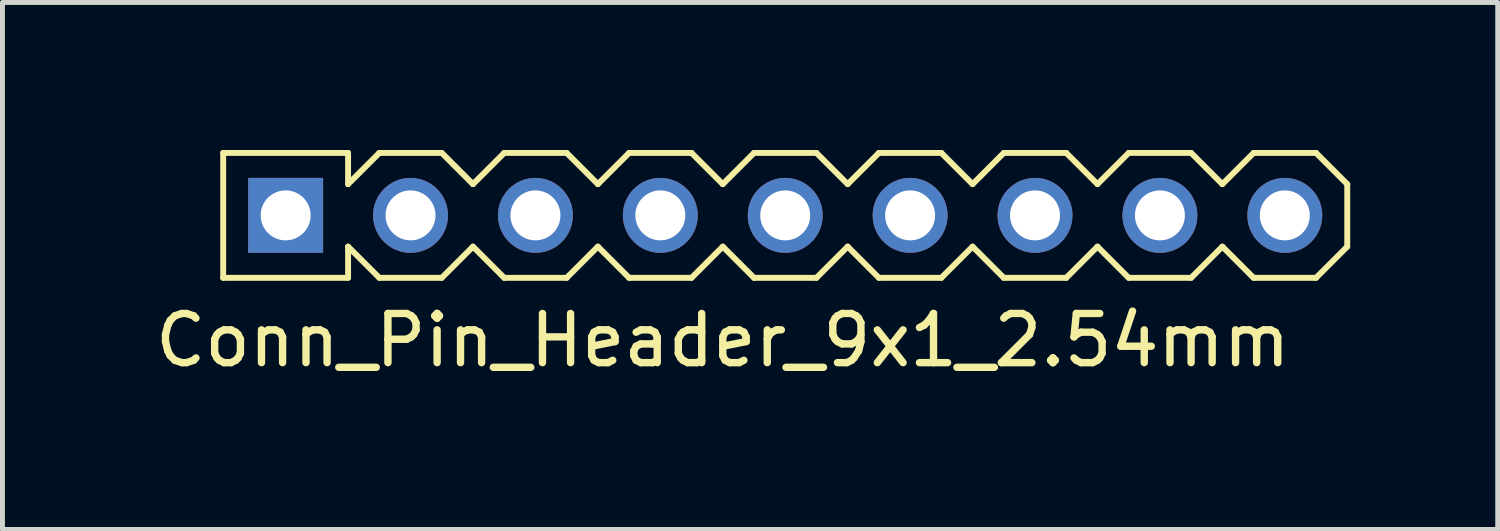
<source format=kicad_pcb>
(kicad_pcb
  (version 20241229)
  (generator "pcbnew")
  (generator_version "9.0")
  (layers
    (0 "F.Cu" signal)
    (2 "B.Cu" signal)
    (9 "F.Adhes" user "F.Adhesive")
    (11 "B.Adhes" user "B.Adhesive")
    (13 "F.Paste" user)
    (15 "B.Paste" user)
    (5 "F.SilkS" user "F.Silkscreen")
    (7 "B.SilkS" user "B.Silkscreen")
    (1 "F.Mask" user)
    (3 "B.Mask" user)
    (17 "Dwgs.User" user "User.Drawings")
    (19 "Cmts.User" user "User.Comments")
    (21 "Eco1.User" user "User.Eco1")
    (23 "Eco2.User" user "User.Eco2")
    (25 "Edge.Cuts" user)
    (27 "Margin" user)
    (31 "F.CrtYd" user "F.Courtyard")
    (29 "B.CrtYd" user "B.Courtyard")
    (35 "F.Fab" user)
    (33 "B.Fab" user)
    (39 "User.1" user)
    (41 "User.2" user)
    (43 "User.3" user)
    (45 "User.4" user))
  (footprint "Conn_Pin_Header_9x1_2.54mm"
    (layer "F.Cu")
    (at 11.649 1.33)
    (property "Reference" "Conn_Pin_Header_9x1_2.54mm" (at 0 2.54 0) (layer "F.SilkS") (effects (font (size 1 1) (thickness 0.15))))
    (attr through_hole)
    (fp_line (start -10.16 -1.27) (end -7.62 -1.27) (stroke (width 0.12) (type solid)) (layer "F.SilkS"))
    (fp_line (start -10.16 1.27) (end -10.16 -1.27) (stroke (width 0.12) (type solid)) (layer "F.SilkS"))
    (fp_line (start -7.62 -0.635) (end -7.62 -1.27) (stroke (width 0.12) (type solid)) (layer "F.SilkS"))
    (fp_line (start -7.62 -0.635) (end -6.985 -1.27) (stroke (width 0.12) (type solid)) (layer "F.SilkS"))
    (fp_line (start -7.62 1.27) (end -10.16 1.27) (stroke (width 0.12) (type solid)) (layer "F.SilkS"))
    (fp_line (start -7.62 1.27) (end -7.62 0.635) (stroke (width 0.12) (type solid)) (layer "F.SilkS"))
    (fp_line (start -6.985 -1.27) (end -5.715 -1.27) (stroke (width 0.12) (type solid)) (layer "F.SilkS"))
    (fp_line (start -6.985 1.27) (end -7.62 0.635) (stroke (width 0.12) (type solid)) (layer "F.SilkS"))
    (fp_line (start -5.715 -1.27) (end -5.08 -0.635) (stroke (width 0.12) (type solid)) (layer "F.SilkS"))
    (fp_line (start -5.715 1.27) (end -6.985 1.27) (stroke (width 0.12) (type solid)) (layer "F.SilkS"))
    (fp_line (start -5.08 -0.635) (end -4.445 -1.27) (stroke (width 0.12) (type solid)) (layer "F.SilkS"))
    (fp_line (start -5.08 0.635) (end -5.715 1.27) (stroke (width 0.12) (type solid)) (layer "F.SilkS"))
    (fp_line (start -4.445 -1.27) (end -3.175 -1.27) (stroke (width 0.12) (type solid)) (layer "F.SilkS"))
    (fp_line (start -4.445 1.27) (end -5.08 0.635) (stroke (width 0.12) (type solid)) (layer "F.SilkS"))
    (fp_line (start -3.175 -1.27) (end -2.54 -0.635) (stroke (width 0.12) (type solid)) (layer "F.SilkS"))
    (fp_line (start -3.175 1.27) (end -4.445 1.27) (stroke (width 0.12) (type solid)) (layer "F.SilkS"))
    (fp_line (start -2.54 -0.635) (end -1.905 -1.27) (stroke (width 0.12) (type solid)) (layer "F.SilkS"))
    (fp_line (start -2.54 0.635) (end -3.175 1.27) (stroke (width 0.12) (type solid)) (layer "F.SilkS"))
    (fp_line (start -1.905 -1.27) (end -0.635 -1.27) (stroke (width 0.12) (type solid)) (layer "F.SilkS"))
    (fp_line (start -1.905 1.27) (end -2.54 0.635) (stroke (width 0.12) (type solid)) (layer "F.SilkS"))
    (fp_line (start -0.635 -1.27) (end 0 -0.635) (stroke (width 0.12) (type solid)) (layer "F.SilkS"))
    (fp_line (start -0.635 1.27) (end -1.905 1.27) (stroke (width 0.12) (type solid)) (layer "F.SilkS"))
    (fp_line (start 0 -0.635) (end 0.635 -1.27) (stroke (width 0.12) (type solid)) (layer "F.SilkS"))
    (fp_line (start 0 0.635) (end -0.635 1.27) (stroke (width 0.12) (type solid)) (layer "F.SilkS"))
    (fp_line (start 0.635 -1.27) (end 1.905 -1.27) (stroke (width 0.12) (type solid)) (layer "F.SilkS"))
    (fp_line (start 0.635 1.27) (end 0 0.635) (stroke (width 0.12) (type solid)) (layer "F.SilkS"))
    (fp_line (start 1.905 -1.27) (end 2.54 -0.635) (stroke (width 0.12) (type solid)) (layer "F.SilkS"))
    (fp_line (start 1.905 1.27) (end 0.635 1.27) (stroke (width 0.12) (type solid)) (layer "F.SilkS"))
    (fp_line (start 2.54 -0.635) (end 3.175 -1.27) (stroke (width 0.12) (type solid)) (layer "F.SilkS"))
    (fp_line (start 2.54 0.635) (end 1.905 1.27) (stroke (width 0.12) (type solid)) (layer "F.SilkS"))
    (fp_line (start 2.54 0.635) (end 3.175 1.27) (stroke (width 0.12) (type solid)) (layer "F.SilkS"))
    (fp_line (start 3.175 -1.27) (end 4.445 -1.27) (stroke (width 0.12) (type solid)) (layer "F.SilkS"))
    (fp_line (start 3.175 1.27) (end 4.445 1.27) (stroke (width 0.12) (type solid)) (layer "F.SilkS"))
    (fp_line (start 4.445 -1.27) (end 5.08 -0.635) (stroke (width 0.12) (type solid)) (layer "F.SilkS"))
    (fp_line (start 4.445 1.27) (end 5.08 0.635) (stroke (width 0.12) (type solid)) (layer "F.SilkS"))
    (fp_line (start 5.08 -0.635) (end 5.715 -1.27) (stroke (width 0.12) (type solid)) (layer "F.SilkS"))
    (fp_line (start 5.715 -1.27) (end 6.985 -1.27) (stroke (width 0.12) (type solid)) (layer "F.SilkS"))
    (fp_line (start 5.715 1.27) (end 5.08 0.635) (stroke (width 0.12) (type solid)) (layer "F.SilkS"))
    (fp_line (start 6.985 -1.27) (end 7.62 -0.635) (stroke (width 0.12) (type solid)) (layer "F.SilkS"))
    (fp_line (start 6.985 1.27) (end 5.715 1.27) (stroke (width 0.12) (type solid)) (layer "F.SilkS"))
    (fp_line (start 7.62 -0.635) (end 8.255 -1.27) (stroke (width 0.12) (type solid)) (layer "F.SilkS"))
    (fp_line (start 7.62 0.635) (end 6.985 1.27) (stroke (width 0.12) (type solid)) (layer "F.SilkS"))
    (fp_line (start 8.255 -1.27) (end 9.525 -1.27) (stroke (width 0.12) (type solid)) (layer "F.SilkS"))
    (fp_line (start 8.255 1.27) (end 7.62 0.635) (stroke (width 0.12) (type solid)) (layer "F.SilkS"))
    (fp_line (start 9.525 -1.27) (end 10.16 -0.635) (stroke (width 0.12) (type solid)) (layer "F.SilkS"))
    (fp_line (start 9.525 1.27) (end 8.255 1.27) (stroke (width 0.12) (type solid)) (layer "F.SilkS"))
    (fp_line (start 10.16 -0.635) (end 10.795 -1.27) (stroke (width 0.12) (type solid)) (layer "F.SilkS"))
    (fp_line (start 10.16 0.635) (end 9.525 1.27) (stroke (width 0.12) (type solid)) (layer "F.SilkS"))
    (fp_line (start 10.16 0.635) (end 10.795 1.27) (stroke (width 0.12) (type solid)) (layer "F.SilkS"))
    (fp_line (start 10.795 -1.27) (end 12.065 -1.27) (stroke (width 0.12) (type solid)) (layer "F.SilkS"))
    (fp_line (start 10.795 1.27) (end 12.065 1.27) (stroke (width 0.12) (type solid)) (layer "F.SilkS"))
    (fp_line (start 12.065 -1.27) (end 12.7 -0.635) (stroke (width 0.12) (type solid)) (layer "F.SilkS"))
    (fp_line (start 12.065 1.27) (end 12.7 0.635) (stroke (width 0.12) (type solid)) (layer "F.SilkS"))
    (fp_line (start 12.7 -0.635) (end 12.7 0.635) (stroke (width 0.12) (type solid)) (layer "F.SilkS"))
    (pad "1" thru_hole rect (at -8.89 0) (size 1.524 1.524) (drill 1.016) (layers "*.Cu" "*.Mask"))
    (pad "2" thru_hole circle (at -6.35 0) (size 1.524 1.524) (drill 1.016) (layers "*.Cu" "*.Mask"))
    (pad "3" thru_hole circle (at -3.81 0) (size 1.524 1.524) (drill 1.016) (layers "*.Cu" "*.Mask"))
    (pad "4" thru_hole circle (at -1.27 0) (size 1.524 1.524) (drill 1.016) (layers "*.Cu" "*.Mask"))
    (pad "5" thru_hole circle (at 1.27 0) (size 1.524 1.524) (drill 1.016) (layers "*.Cu" "*.Mask"))
    (pad "6" thru_hole circle (at 3.81 0) (size 1.524 1.524) (drill 1.016) (layers "*.Cu" "*.Mask"))
    (pad "7" thru_hole circle (at 6.35 0) (size 1.524 1.524) (drill 1.016) (layers "*.Cu" "*.Mask"))
    (pad "8" thru_hole circle (at 8.89 0) (size 1.524 1.524) (drill 1.016) (layers "*.Cu" "*.Mask"))
    (pad "9" thru_hole circle (at 11.43 0) (size 1.524 1.524) (drill 1.016) (layers "*.Cu" "*.Mask")))
  (gr_rect
    (start -3 -3)
    (end 27.409 7.718)
    (stroke (width 0.1) (type default))
    (fill no)
    (layer "Edge.Cuts")))
</source>
